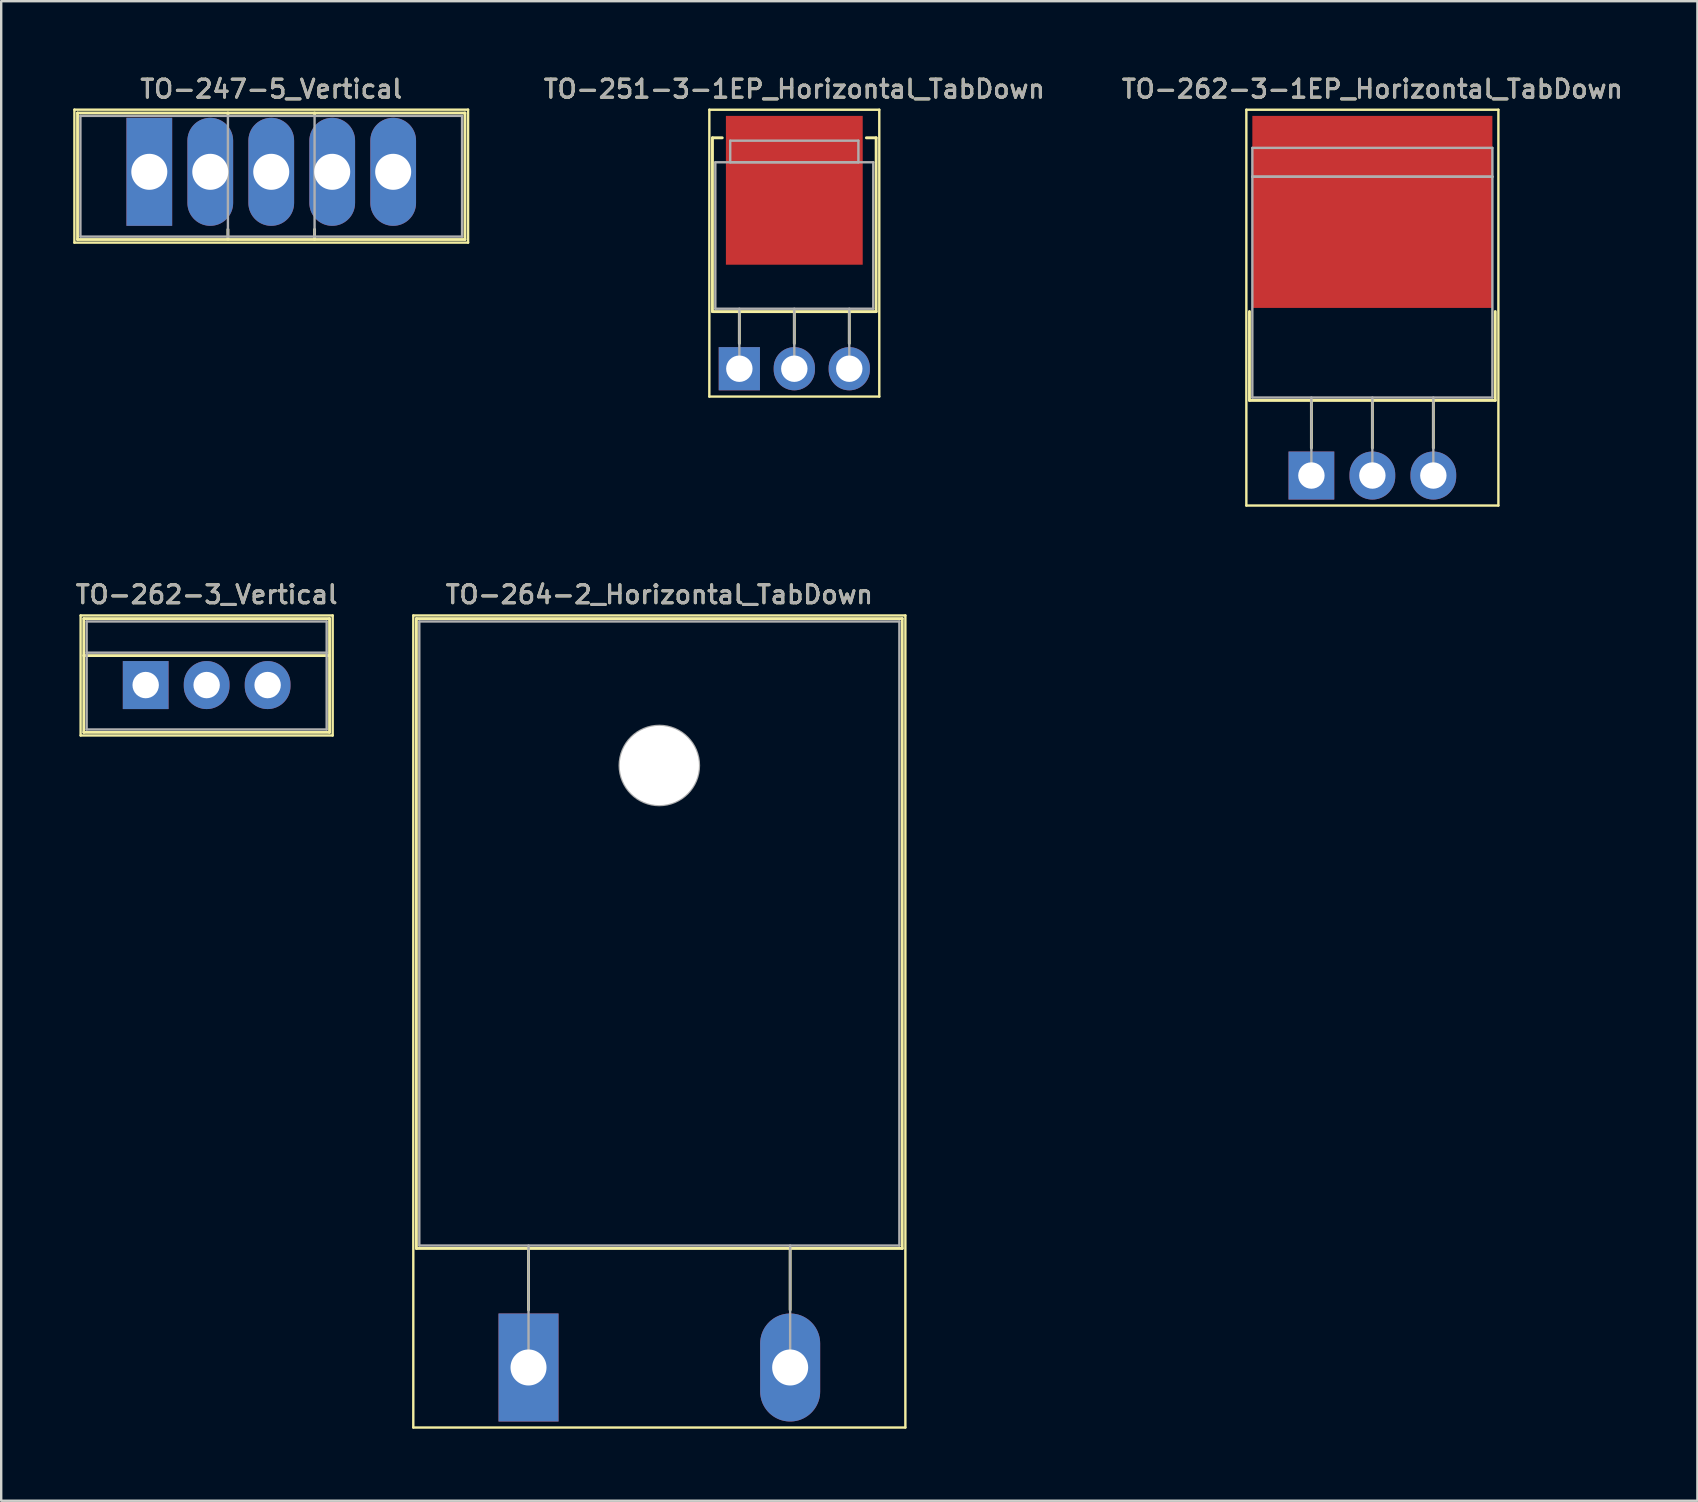
<source format=kicad_pcb>
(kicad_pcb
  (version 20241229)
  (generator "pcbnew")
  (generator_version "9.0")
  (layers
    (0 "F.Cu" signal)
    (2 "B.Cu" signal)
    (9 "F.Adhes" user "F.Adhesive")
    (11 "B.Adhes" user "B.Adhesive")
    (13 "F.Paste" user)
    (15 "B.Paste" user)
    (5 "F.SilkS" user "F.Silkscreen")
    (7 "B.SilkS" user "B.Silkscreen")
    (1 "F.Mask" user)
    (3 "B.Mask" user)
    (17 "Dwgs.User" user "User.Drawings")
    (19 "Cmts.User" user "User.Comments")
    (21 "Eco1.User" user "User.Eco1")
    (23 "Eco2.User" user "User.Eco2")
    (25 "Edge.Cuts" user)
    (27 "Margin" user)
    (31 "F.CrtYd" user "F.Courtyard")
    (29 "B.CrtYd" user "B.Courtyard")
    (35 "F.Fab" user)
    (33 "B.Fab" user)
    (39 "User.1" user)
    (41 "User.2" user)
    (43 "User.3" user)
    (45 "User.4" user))
  (footprint "TO-262-3_Vertical"
    (layer "F.Cu")
    (at 3.019 25.49)
    (property "Reference" "TO-262-3_Vertical" (at 2.54 -3.77 0) (layer "F.SilkS") (effects (font (size 0.75 0.75) (thickness 0.125))))
    (attr through_hole)
    (fp_line (start -2.71 -2.9) (end -2.71 2.1) (stroke (width 0.1) (type solid)) (layer "F.SilkS"))
    (fp_line (start -2.71 2.1) (end 7.79 2.1) (stroke (width 0.1) (type solid)) (layer "F.SilkS"))
    (fp_line (start -2.58 -2.77) (end -2.58 1.971) (stroke (width 0.12) (type solid)) (layer "F.SilkS"))
    (fp_line (start -2.58 -2.77) (end 7.66 -2.77) (stroke (width 0.12) (type solid)) (layer "F.SilkS"))
    (fp_line (start -2.58 -1.23) (end 7.66 -1.23) (stroke (width 0.12) (type solid)) (layer "F.SilkS"))
    (fp_line (start -2.58 1.971) (end 7.66 1.971) (stroke (width 0.12) (type solid)) (layer "F.SilkS"))
    (fp_line (start 7.66 -2.77) (end 7.66 1.971) (stroke (width 0.12) (type solid)) (layer "F.SilkS"))
    (fp_line (start 7.79 -2.9) (end -2.71 -2.9) (stroke (width 0.1) (type solid)) (layer "F.SilkS"))
    (fp_line (start 7.79 2.1) (end 7.79 -2.9) (stroke (width 0.1) (type solid)) (layer "F.SilkS"))
    (fp_line (start -2.46 -2.65) (end -2.46 1.85) (stroke (width 0.1) (type solid)) (layer "F.Fab"))
    (fp_line (start -2.46 -1.35) (end 7.54 -1.35) (stroke (width 0.1) (type solid)) (layer "F.Fab"))
    (fp_line (start -2.46 1.85) (end 7.54 1.85) (stroke (width 0.1) (type solid)) (layer "F.Fab"))
    (fp_line (start 7.54 -2.65) (end -2.46 -2.65) (stroke (width 0.1) (type solid)) (layer "F.Fab"))
    (fp_line (start 7.54 1.85) (end 7.54 -2.65) (stroke (width 0.1) (type solid)) (layer "F.Fab"))
    (fp_text user "${REFERENCE}" (at 2.54 -3.77 0) (layer "F.Fab") (effects (font (size 0.75 0.75) (thickness 0.125))))
    (pad "1" thru_hole rect (at 0 0) (size 1.905 2) (drill 1.1) (layers "*.Cu" "*.Mask"))
    (pad "2" thru_hole oval (at 2.54 0) (size 1.905 2) (drill 1.1) (layers "*.Cu" "*.Mask"))
    (pad "3" thru_hole oval (at 5.08 0) (size 1.905 2) (drill 1.1) (layers "*.Cu" "*.Mask")))
  (footprint "TO-251-3-1EP_Horizontal_TabDown"
    (layer "F.Cu")
    (at 27.751 12.311)
    (property "Reference" "TO-251-3-1EP_Horizontal_TabDown" (at 2.29 -11.653 0) (layer "F.SilkS") (effects (font (size 0.75 0.75) (thickness 0.125))))
    (attr through_hole)
    (fp_line (start -1.25 -10.79) (end -1.25 1.16) (stroke (width 0.1) (type solid)) (layer "F.SilkS"))
    (fp_line (start -1.25 1.16) (end 5.83 1.16) (stroke (width 0.1) (type solid)) (layer "F.SilkS"))
    (fp_line (start -1.12 -9.62) (end -1.12 -2.38) (stroke (width 0.12) (type solid)) (layer "F.SilkS"))
    (fp_line (start -1.12 -9.62) (end -0.711 -9.62) (stroke (width 0.12) (type solid)) (layer "F.SilkS"))
    (fp_line (start -1.12 -2.38) (end 5.7 -2.38) (stroke (width 0.12) (type solid)) (layer "F.SilkS"))
    (fp_line (start 0 -2.38) (end 0 -1.05) (stroke (width 0.12) (type solid)) (layer "F.SilkS"))
    (fp_line (start 2.29 -2.38) (end 2.29 -1.05) (stroke (width 0.12) (type solid)) (layer "F.SilkS"))
    (fp_line (start 4.58 -2.38) (end 4.58 -1.05) (stroke (width 0.12) (type solid)) (layer "F.SilkS"))
    (fp_line (start 5.291 -9.62) (end 5.7 -9.62) (stroke (width 0.12) (type solid)) (layer "F.SilkS"))
    (fp_line (start 5.7 -9.62) (end 5.7 -2.38) (stroke (width 0.12) (type solid)) (layer "F.SilkS"))
    (fp_line (start 5.83 -10.79) (end -1.25 -10.79) (stroke (width 0.1) (type solid)) (layer "F.SilkS"))
    (fp_line (start 5.83 1.16) (end 5.83 -10.79) (stroke (width 0.1) (type solid)) (layer "F.SilkS"))
    (fp_line (start -1 -8.6) (end 5.58 -8.6) (stroke (width 0.1) (type solid)) (layer "F.Fab"))
    (fp_line (start -1 -2.5) (end -1 -8.6) (stroke (width 0.1) (type solid)) (layer "F.Fab"))
    (fp_line (start -0.38 -9.5) (end 4.96 -9.5) (stroke (width 0.1) (type solid)) (layer "F.Fab"))
    (fp_line (start -0.38 -8.6) (end -0.38 -9.5) (stroke (width 0.1) (type solid)) (layer "F.Fab"))
    (fp_line (start 0 -2.5) (end 0 0) (stroke (width 0.1) (type solid)) (layer "F.Fab"))
    (fp_line (start 2.29 -2.5) (end 2.29 0) (stroke (width 0.1) (type solid)) (layer "F.Fab"))
    (fp_line (start 4.58 -2.5) (end 4.58 0) (stroke (width 0.1) (type solid)) (layer "F.Fab"))
    (fp_line (start 4.96 -9.5) (end 4.96 -8.6) (stroke (width 0.1) (type solid)) (layer "F.Fab"))
    (fp_line (start 4.96 -8.6) (end -0.38 -8.6) (stroke (width 0.1) (type solid)) (layer "F.Fab"))
    (fp_line (start 5.58 -8.6) (end 5.58 -2.5) (stroke (width 0.1) (type solid)) (layer "F.Fab"))
    (fp_line (start 5.58 -2.5) (end -1 -2.5) (stroke (width 0.1) (type solid)) (layer "F.Fab"))
    (fp_text user "${REFERENCE}" (at 2.29 -11.653 0) (layer "F.Fab") (effects (font (size 0.75 0.75) (thickness 0.125))))
    (pad "1" thru_hole rect (at 0 0) (size 1.718 1.8) (drill 1.1) (layers "*.Cu" "*.Mask"))
    (pad "2" thru_hole oval (at 2.29 0) (size 1.718 1.8) (drill 1.1) (layers "*.Cu" "*.Mask"))
    (pad "3" thru_hole oval (at 4.58 0) (size 1.718 1.8) (drill 1.1) (layers "*.Cu" "*.Mask"))
    (pad "4" smd rect (at 2.29 -7.433) (size 5.7 6.2) (layers "F.Cu" "F.Mask" "F.Paste")))
  (footprint "TO-247-5_Vertical"
    (layer "F.Cu")
    (at 3.17 4.108)
    (property "Reference" "TO-247-5_Vertical" (at 5.08 -3.45 0) (layer "F.SilkS") (effects (font (size 0.75 0.75) (thickness 0.125))))
    (attr through_hole)
    (fp_line (start -3.12 -2.59) (end -3.12 2.95) (stroke (width 0.1) (type solid)) (layer "F.SilkS"))
    (fp_line (start -3.12 2.95) (end 13.28 2.95) (stroke (width 0.1) (type solid)) (layer "F.SilkS"))
    (fp_line (start -2.99 -2.451) (end -2.99 2.82) (stroke (width 0.12) (type solid)) (layer "F.SilkS"))
    (fp_line (start -2.99 -2.451) (end 13.15 -2.451) (stroke (width 0.12) (type solid)) (layer "F.SilkS"))
    (fp_line (start -2.99 2.82) (end 13.15 2.82) (stroke (width 0.12) (type solid)) (layer "F.SilkS"))
    (fp_line (start 3.276 -2.451) (end 3.276 -2.4) (stroke (width 0.12) (type solid)) (layer "F.SilkS"))
    (fp_line (start 3.276 2.4) (end 3.276 2.82) (stroke (width 0.12) (type solid)) (layer "F.SilkS"))
    (fp_line (start 6.885 -2.451) (end 6.885 -2.4) (stroke (width 0.12) (type solid)) (layer "F.SilkS"))
    (fp_line (start 6.885 2.4) (end 6.885 2.82) (stroke (width 0.12) (type solid)) (layer "F.SilkS"))
    (fp_line (start 13.15 -2.451) (end 13.15 2.82) (stroke (width 0.12) (type solid)) (layer "F.SilkS"))
    (fp_line (start 13.28 -2.59) (end -3.12 -2.59) (stroke (width 0.1) (type solid)) (layer "F.SilkS"))
    (fp_line (start 13.28 2.95) (end 13.28 -2.59) (stroke (width 0.1) (type solid)) (layer "F.SilkS"))
    (fp_line (start -2.87 -2.33) (end -2.87 2.7) (stroke (width 0.1) (type solid)) (layer "F.Fab"))
    (fp_line (start -2.87 2.7) (end 13.03 2.7) (stroke (width 0.1) (type solid)) (layer "F.Fab"))
    (fp_line (start 3.275 -2.33) (end 3.275 2.7) (stroke (width 0.1) (type solid)) (layer "F.Fab"))
    (fp_line (start 6.885 -2.33) (end 6.885 2.7) (stroke (width 0.1) (type solid)) (layer "F.Fab"))
    (fp_line (start 13.03 -2.33) (end -2.87 -2.33) (stroke (width 0.1) (type solid)) (layer "F.Fab"))
    (fp_line (start 13.03 2.7) (end 13.03 -2.33) (stroke (width 0.1) (type solid)) (layer "F.Fab"))
    (fp_text user "${REFERENCE}" (at 5.08 -3.45 0) (layer "F.Fab") (effects (font (size 0.75 0.75) (thickness 0.125))))
    (pad "1" thru_hole rect (at 0 0) (size 1.905 4.5) (drill 1.5) (layers "*.Cu" "*.Mask"))
    (pad "2" thru_hole oval (at 2.54 0) (size 1.905 4.5) (drill 1.5) (layers "*.Cu" "*.Mask"))
    (pad "3" thru_hole oval (at 5.08 0) (size 1.905 4.5) (drill 1.5) (layers "*.Cu" "*.Mask"))
    (pad "4" thru_hole oval (at 7.62 0) (size 1.905 4.5) (drill 1.5) (layers "*.Cu" "*.Mask"))
    (pad "5" thru_hole oval (at 10.16 0) (size 1.905 4.5) (drill 1.5) (layers "*.Cu" "*.Mask")))
  (footprint "TO-264-2_Horizontal_TabDown"
    (layer "F.Cu")
    (at 18.968 53.92)
    (property "Reference" "TO-264-2_Horizontal_TabDown" (at 5.45 -32.2 0) (layer "F.SilkS") (effects (font (size 0.75 0.75) (thickness 0.125))))
    (attr through_hole)
    (fp_line (start -4.8 -31.33) (end -4.8 2.5) (stroke (width 0.1) (type solid)) (layer "F.SilkS"))
    (fp_line (start -4.8 2.5) (end 15.7 2.5) (stroke (width 0.1) (type solid)) (layer "F.SilkS"))
    (fp_line (start -4.67 -31.2) (end -4.67 -4.96) (stroke (width 0.12) (type solid)) (layer "F.SilkS"))
    (fp_line (start -4.67 -31.2) (end 15.57 -31.2) (stroke (width 0.12) (type solid)) (layer "F.SilkS"))
    (fp_line (start -4.67 -4.96) (end 15.57 -4.96) (stroke (width 0.12) (type solid)) (layer "F.SilkS"))
    (fp_line (start 0 -4.96) (end 0 -2.4) (stroke (width 0.12) (type solid)) (layer "F.SilkS"))
    (fp_line (start 10.9 -4.96) (end 10.9 -2.4) (stroke (width 0.12) (type solid)) (layer "F.SilkS"))
    (fp_line (start 15.57 -31.2) (end 15.57 -4.96) (stroke (width 0.12) (type solid)) (layer "F.SilkS"))
    (fp_line (start 15.7 -31.33) (end -4.8 -31.33) (stroke (width 0.1) (type solid)) (layer "F.SilkS"))
    (fp_line (start 15.7 2.5) (end 15.7 -31.33) (stroke (width 0.1) (type solid)) (layer "F.SilkS"))
    (fp_line (start -4.55 -31.08) (end 15.45 -31.08) (stroke (width 0.1) (type solid)) (layer "F.Fab"))
    (fp_line (start -4.55 -5.08) (end -4.55 -31.08) (stroke (width 0.1) (type solid)) (layer "F.Fab"))
    (fp_line (start 0 -5.08) (end 0 0) (stroke (width 0.1) (type solid)) (layer "F.Fab"))
    (fp_line (start 10.9 -5.08) (end 10.9 0) (stroke (width 0.1) (type solid)) (layer "F.Fab"))
    (fp_line (start 15.45 -31.08) (end 15.45 -5.08) (stroke (width 0.1) (type solid)) (layer "F.Fab"))
    (fp_line (start 15.45 -5.08) (end -4.55 -5.08) (stroke (width 0.1) (type solid)) (layer "F.Fab"))
    (fp_circle (center 5.45 -25.08) (end 7.1 -25.08) (stroke (width 0.1) (type solid)) (fill no) (layer "F.Fab"))
    (fp_text user "${REFERENCE}" (at 5.45 -32.2 0) (layer "F.Fab") (effects (font (size 0.75 0.75) (thickness 0.125))))
    (pad "" np_thru_hole circle (at 5.45 -25.08) (size 3.3 3.3) (drill 3.3) (layers "*.Cu" "*.Mask"))
    (pad "1" thru_hole rect (at 0 0) (size 2.5 4.5) (drill 1.5) (layers "*.Cu" "*.Mask"))
    (pad "2" thru_hole oval (at 10.9 0) (size 2.5 4.5) (drill 1.5) (layers "*.Cu" "*.Mask")))
  (footprint "TO-262-3-1EP_Horizontal_TabDown"
    (layer "F.Cu")
    (at 51.583 16.761)
    (property "Reference" "TO-262-3-1EP_Horizontal_TabDown" (at 2.54 -16.103 0) (layer "F.SilkS") (effects (font (size 0.75 0.75) (thickness 0.125))))
    (attr through_hole)
    (fp_line (start -2.71 -15.24) (end -2.71 1.25) (stroke (width 0.1) (type solid)) (layer "F.SilkS"))
    (fp_line (start -2.71 1.25) (end 7.79 1.25) (stroke (width 0.1) (type solid)) (layer "F.SilkS"))
    (fp_line (start -2.58 -6.834) (end -2.58 -3.13) (stroke (width 0.12) (type solid)) (layer "F.SilkS"))
    (fp_line (start -2.58 -3.13) (end 7.66 -3.13) (stroke (width 0.12) (type solid)) (layer "F.SilkS"))
    (fp_line (start 0 -3.13) (end 0 -1.15) (stroke (width 0.12) (type solid)) (layer "F.SilkS"))
    (fp_line (start 2.54 -3.13) (end 2.54 -1.15) (stroke (width 0.12) (type solid)) (layer "F.SilkS"))
    (fp_line (start 5.08 -3.13) (end 5.08 -1.15) (stroke (width 0.12) (type solid)) (layer "F.SilkS"))
    (fp_line (start 7.66 -6.834) (end 7.66 -3.13) (stroke (width 0.12) (type solid)) (layer "F.SilkS"))
    (fp_line (start 7.79 -15.24) (end -2.71 -15.24) (stroke (width 0.1) (type solid)) (layer "F.SilkS"))
    (fp_line (start 7.79 1.25) (end 7.79 -15.24) (stroke (width 0.1) (type solid)) (layer "F.SilkS"))
    (fp_line (start -2.46 -13.65) (end 7.54 -13.65) (stroke (width 0.1) (type solid)) (layer "F.Fab"))
    (fp_line (start -2.46 -12.45) (end -2.46 -13.65) (stroke (width 0.1) (type solid)) (layer "F.Fab"))
    (fp_line (start -2.46 -12.45) (end 7.54 -12.45) (stroke (width 0.1) (type solid)) (layer "F.Fab"))
    (fp_line (start -2.46 -3.25) (end -2.46 -12.45) (stroke (width 0.1) (type solid)) (layer "F.Fab"))
    (fp_line (start 0 -3.25) (end 0 0) (stroke (width 0.1) (type solid)) (layer "F.Fab"))
    (fp_line (start 2.54 -3.25) (end 2.54 0) (stroke (width 0.1) (type solid)) (layer "F.Fab"))
    (fp_line (start 5.08 -3.25) (end 5.08 0) (stroke (width 0.1) (type solid)) (layer "F.Fab"))
    (fp_line (start 7.54 -13.65) (end 7.54 -12.45) (stroke (width 0.1) (type solid)) (layer "F.Fab"))
    (fp_line (start 7.54 -12.45) (end -2.46 -12.45) (stroke (width 0.1) (type solid)) (layer "F.Fab"))
    (fp_line (start 7.54 -12.45) (end 7.54 -3.25) (stroke (width 0.1) (type solid)) (layer "F.Fab"))
    (fp_line (start 7.54 -3.25) (end -2.46 -3.25) (stroke (width 0.1) (type solid)) (layer "F.Fab"))
    (fp_text user "${REFERENCE}" (at 2.54 -16.103 0) (layer "F.Fab") (effects (font (size 0.75 0.75) (thickness 0.125))))
    (pad "1" thru_hole rect (at 0 0) (size 1.905 2) (drill 1.1) (layers "*.Cu" "*.Mask"))
    (pad "2" thru_hole oval (at 2.54 0) (size 1.905 2) (drill 1.1) (layers "*.Cu" "*.Mask"))
    (pad "3" thru_hole oval (at 5.08 0) (size 1.905 2) (drill 1.1) (layers "*.Cu" "*.Mask"))
    (pad "4" smd rect (at 2.54 -10.983) (size 10 8) (layers "F.Cu" "F.Mask" "F.Paste")))
  (gr_rect
    (start -3 -3)
    (end 67.664 59.47)
    (stroke (width 0.1) (type default))
    (fill no)
    (layer "Edge.Cuts")))
</source>
